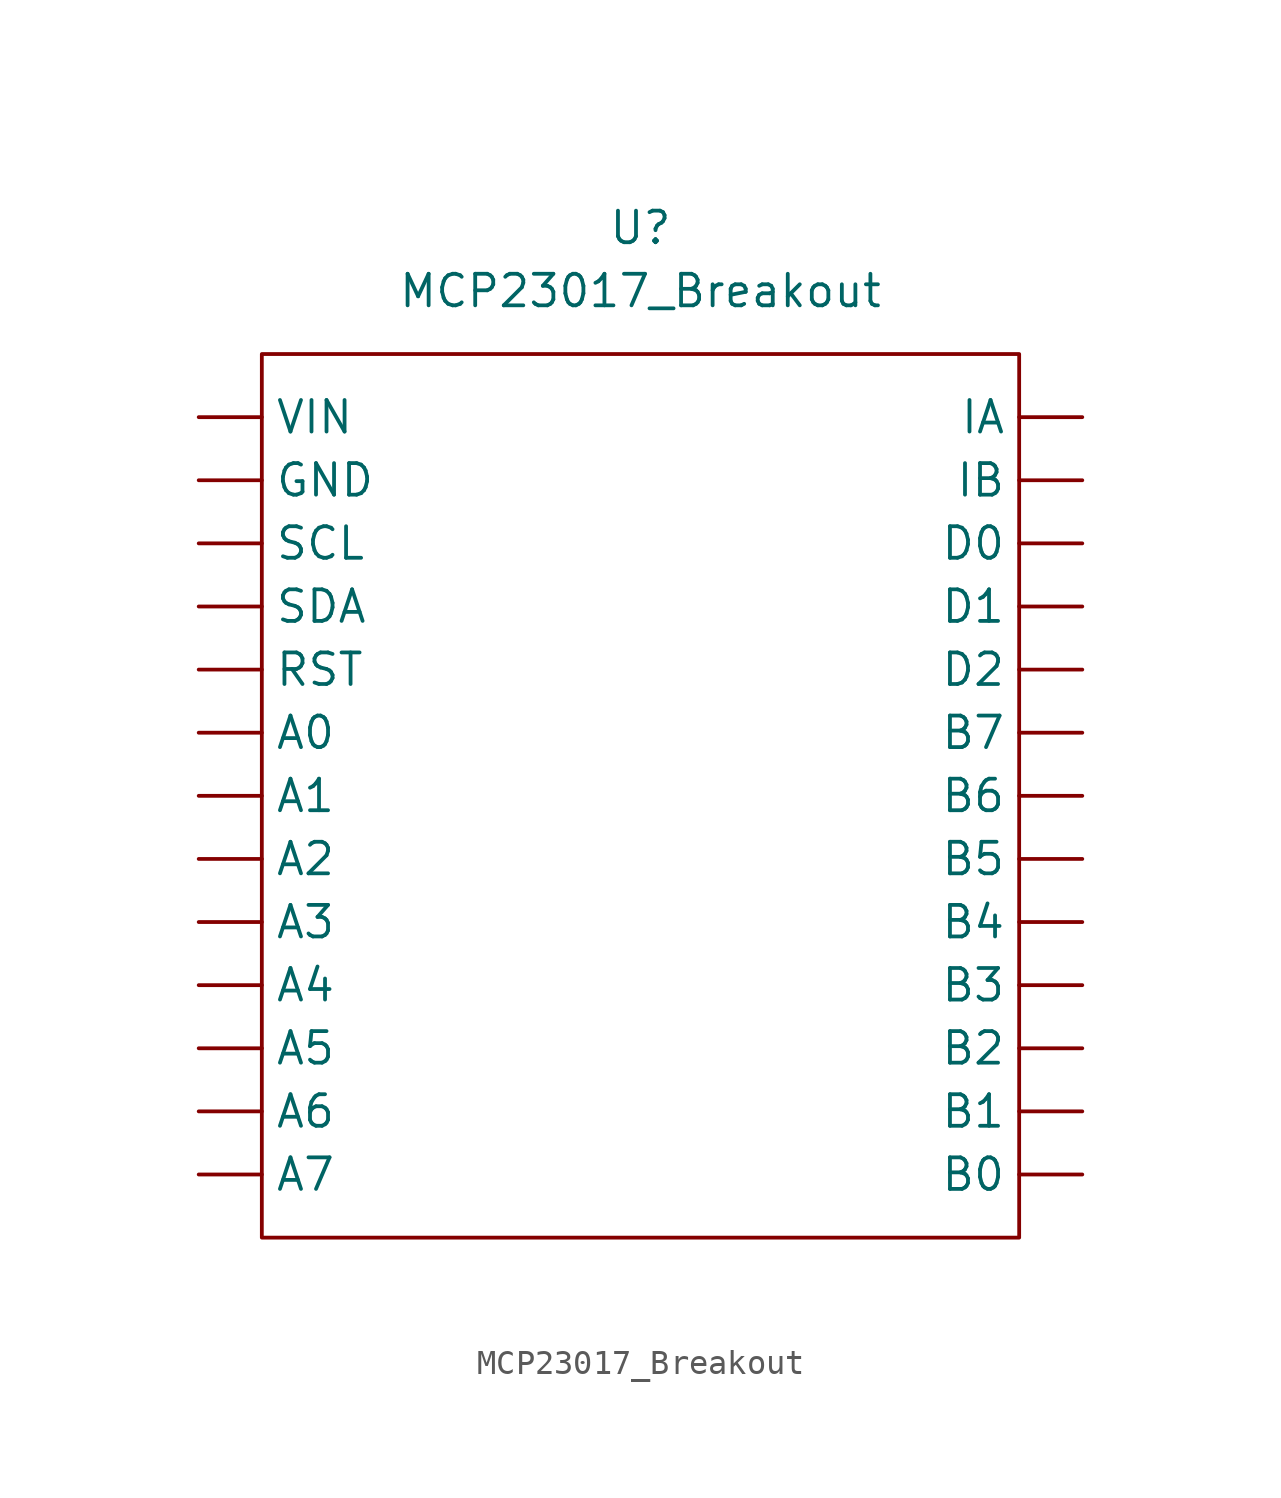
<source format=kicad_sym>
(kicad_symbol_lib
  (version 20211014)
  (generator kicad_symbol_editor)
  (symbol "MCP23017_Breakout"
    (property "Reference" "U"
      (at 0 15.24 0)
      (effects (font (size 1.27 1.27))))
    (property "Value" "MCP23017_Breakout"
      (at 0 12.7 0)
      (effects (font (size 1.27 1.27))))
    (symbol "MCP23017_Breakout_0_1"
      (rectangle (start -15.24 10.16) (end 15.24 -25.4) (stroke (width 0) (type default) (color 0 0 0 0)) (fill (type none))))
    (symbol "MCP23017_Breakout_1_1"
      (pin bidirectional line (at -17.78 -5.08 0) (length 2.54) (name "A0" (effects (font (size 1.27 1.27)))) (number "" (effects (font (size 1.27 1.27)))))
      (pin bidirectional line (at -17.78 -7.62 0) (length 2.54) (name "A1" (effects (font (size 1.27 1.27)))) (number "" (effects (font (size 1.27 1.27)))))
      (pin bidirectional line (at -17.78 -10.16 0) (length 2.54) (name "A2" (effects (font (size 1.27 1.27)))) (number "" (effects (font (size 1.27 1.27)))))
      (pin bidirectional line (at -17.78 -12.7 0) (length 2.54) (name "A3" (effects (font (size 1.27 1.27)))) (number "" (effects (font (size 1.27 1.27)))))
      (pin bidirectional line (at -17.78 -15.24 0) (length 2.54) (name "A4" (effects (font (size 1.27 1.27)))) (number "" (effects (font (size 1.27 1.27)))))
      (pin bidirectional line (at -17.78 -17.78 0) (length 2.54) (name "A5" (effects (font (size 1.27 1.27)))) (number "" (effects (font (size 1.27 1.27)))))
      (pin bidirectional line (at -17.78 -20.32 0) (length 2.54) (name "A6" (effects (font (size 1.27 1.27)))) (number "" (effects (font (size 1.27 1.27)))))
      (pin bidirectional line (at -17.78 -22.86 0) (length 2.54) (name "A7" (effects (font (size 1.27 1.27)))) (number "" (effects (font (size 1.27 1.27)))))
      (pin bidirectional line (at 17.78 -22.86 180) (length 2.54) (name "B0" (effects (font (size 1.27 1.27)))) (number "" (effects (font (size 1.27 1.27)))))
      (pin bidirectional line (at 17.78 -20.32 180) (length 2.54) (name "B1" (effects (font (size 1.27 1.27)))) (number "" (effects (font (size 1.27 1.27)))))
      (pin bidirectional line (at 17.78 -17.78 180) (length 2.54) (name "B2" (effects (font (size 1.27 1.27)))) (number "" (effects (font (size 1.27 1.27)))))
      (pin bidirectional line (at 17.78 -15.24 180) (length 2.54) (name "B3" (effects (font (size 1.27 1.27)))) (number "" (effects (font (size 1.27 1.27)))))
      (pin bidirectional line (at 17.78 -12.7 180) (length 2.54) (name "B4" (effects (font (size 1.27 1.27)))) (number "" (effects (font (size 1.27 1.27)))))
      (pin bidirectional line (at 17.78 -10.16 180) (length 2.54) (name "B5" (effects (font (size 1.27 1.27)))) (number "" (effects (font (size 1.27 1.27)))))
      (pin bidirectional line (at 17.78 -7.62 180) (length 2.54) (name "B6" (effects (font (size 1.27 1.27)))) (number "" (effects (font (size 1.27 1.27)))))
      (pin bidirectional line (at 17.78 -5.08 180) (length 2.54) (name "B7" (effects (font (size 1.27 1.27)))) (number "" (effects (font (size 1.27 1.27)))))
      (pin input line (at 17.78 2.54 180) (length 2.54) (name "D0" (effects (font (size 1.27 1.27)))) (number "" (effects (font (size 1.27 1.27)))))
      (pin input line (at 17.78 0 180) (length 2.54) (name "D1" (effects (font (size 1.27 1.27)))) (number "" (effects (font (size 1.27 1.27)))))
      (pin input line (at 17.78 -2.54 180) (length 2.54) (name "D2" (effects (font (size 1.27 1.27)))) (number "" (effects (font (size 1.27 1.27)))))
      (pin power_in line (at -17.78 5.08 0) (length 2.54) (name "GND" (effects (font (size 1.27 1.27)))) (number "" (effects (font (size 1.27 1.27)))))
      (pin output line (at 17.78 7.62 180) (length 2.54) (name "IA" (effects (font (size 1.27 1.27)))) (number "" (effects (font (size 1.27 1.27)))))
      (pin output line (at 17.78 5.08 180) (length 2.54) (name "IB" (effects (font (size 1.27 1.27)))) (number "" (effects (font (size 1.27 1.27)))))
      (pin input line (at -17.78 -2.54 0) (length 2.54) (name "RST" (effects (font (size 1.27 1.27)))) (number "" (effects (font (size 1.27 1.27)))))
      (pin input line (at -17.78 2.54 0) (length 2.54) (name "SCL" (effects (font (size 1.27 1.27)))) (number "" (effects (font (size 1.27 1.27)))))
      (pin bidirectional line (at -17.78 0 0) (length 2.54) (name "SDA" (effects (font (size 1.27 1.27)))) (number "" (effects (font (size 1.27 1.27)))))
      (pin power_in line (at -17.78 7.62 0) (length 2.54) (name "VIN" (effects (font (size 1.27 1.27)))) (number "" (effects (font (size 1.27 1.27))))))))
</source>
